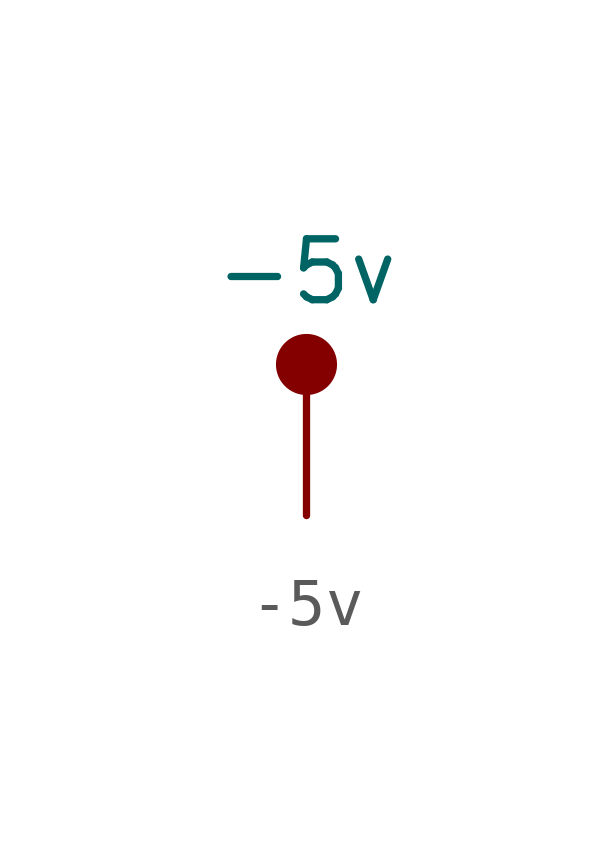
<source format=kicad_sym>
(kicad_symbol_lib
  (version 20231120)
  (generator "kicad_symbol_editor")
  (generator_version "8.0")
  (symbol "-5v"
    (power)
    (pin_numbers hide)
    (pin_names hide)
    (property "Reference" "#PWR"
      (at 4.724 3.708 0)
      (effects (font (size 1.27 1.27)) (hide yes)))
    (property "Value" "-5v"
      (at 0 3.81 0)
      (effects (font (size 1.27 1.27))))
    (symbol "-5v_1_1"
      (circle (center 0 1.88) (radius 0.561) (stroke (width 0) (type default)) (fill (type outline)))
      (pin power_in line (at 0 -1.27 90) (length 2.54) (name "-5v" (effects (font (size 1.27 1.27)))) (number "~" (effects (font (size 1.27 1.27))))))))
</source>
